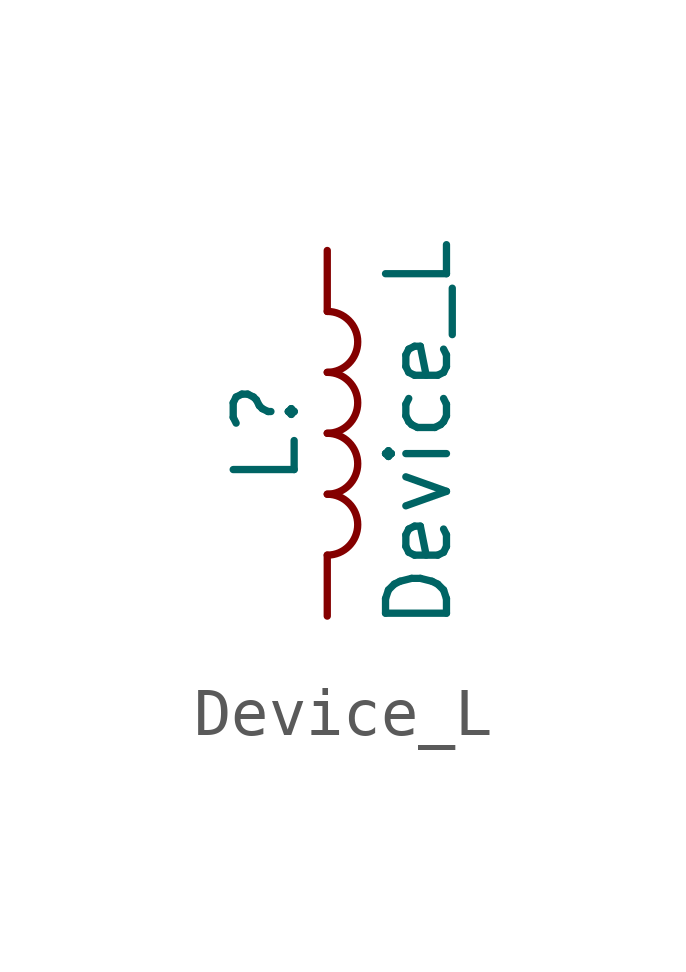
<source format=kicad_sym>
(kicad_symbol_lib
  (version 20220914)
  (generator kicad_symbol_editor)
  (symbol "Device_L"
    (pin_numbers hide)
    (pin_names
      (offset 1.016) hide)
    (property "Reference" "L"
      (at -1.27 0 90)
      (effects (font (size 1.27 1.27))))
    (property "Value" "Device_L"
      (at 1.905 0 90)
      (effects (font (size 1.27 1.27))))
    (symbol "Device_L_0_1"
      (arc (start 0 -2.54) (mid 0.6323 -1.905) (end 0 -1.27) (stroke (width 0) (type solid)) (fill (type none)))
      (arc (start 0 -1.27) (mid 0.6323 -0.635) (end 0 0) (stroke (width 0) (type solid)) (fill (type none)))
      (arc (start 0 0) (mid 0.6323 0.635) (end 0 1.27) (stroke (width 0) (type solid)) (fill (type none)))
      (arc (start 0 1.27) (mid 0.6323 1.905) (end 0 2.54) (stroke (width 0) (type solid)) (fill (type none))))
    (symbol "Device_L_1_1"
      (pin passive line (at 0 3.81 270) (length 1.27) (name "1" (effects (font (size 1.27 1.27)))) (number "1" (effects (font (size 1.27 1.27)))))
      (pin passive line (at 0 -3.81 90) (length 1.27) (name "2" (effects (font (size 1.27 1.27)))) (number "2" (effects (font (size 1.27 1.27))))))))
</source>
